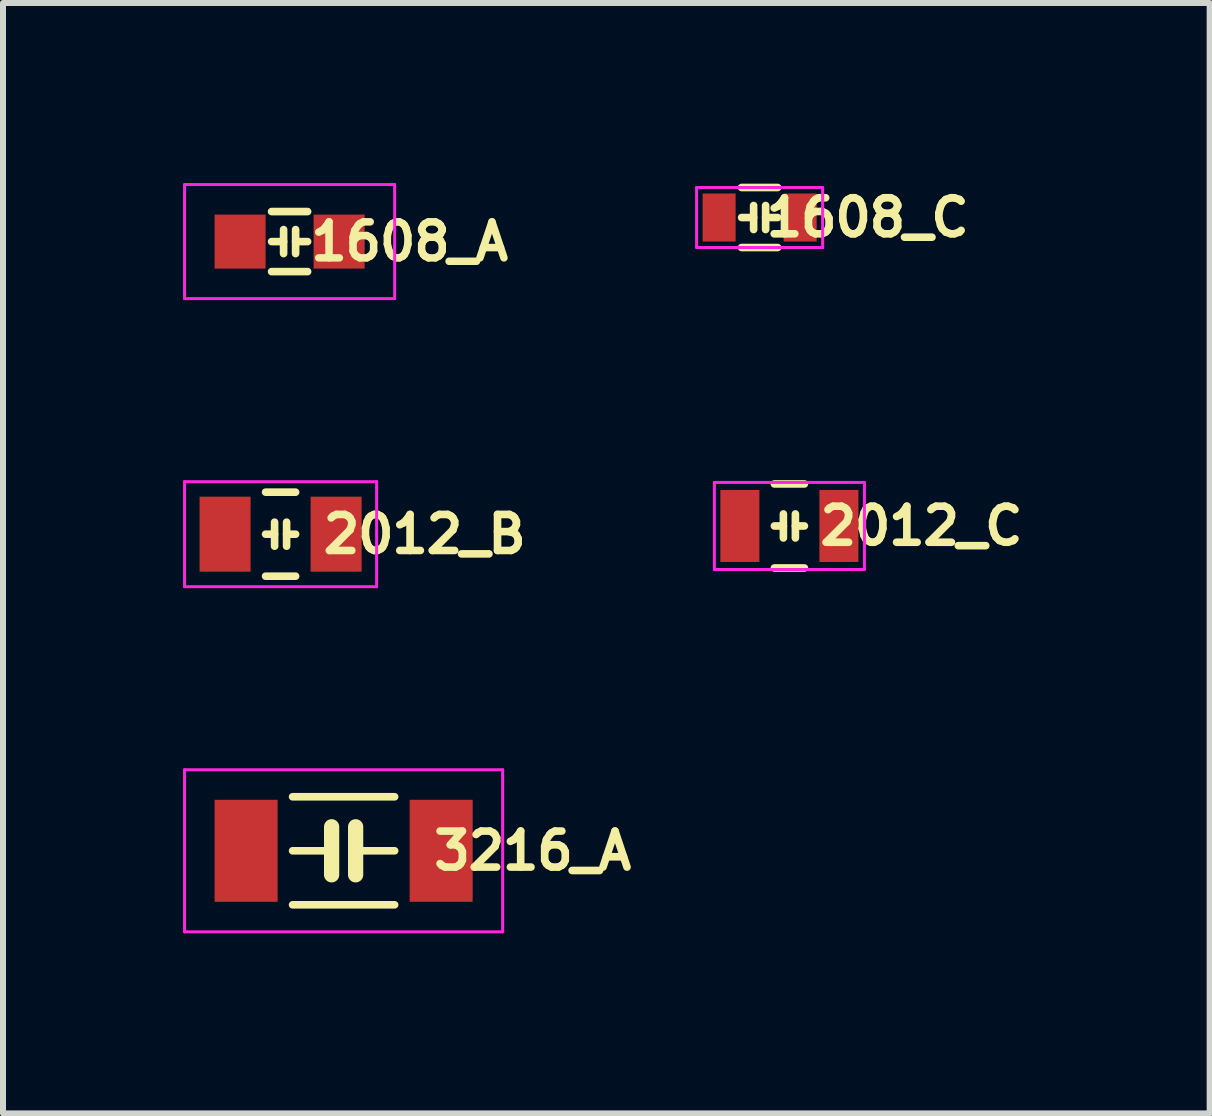
<source format=kicad_pcb>
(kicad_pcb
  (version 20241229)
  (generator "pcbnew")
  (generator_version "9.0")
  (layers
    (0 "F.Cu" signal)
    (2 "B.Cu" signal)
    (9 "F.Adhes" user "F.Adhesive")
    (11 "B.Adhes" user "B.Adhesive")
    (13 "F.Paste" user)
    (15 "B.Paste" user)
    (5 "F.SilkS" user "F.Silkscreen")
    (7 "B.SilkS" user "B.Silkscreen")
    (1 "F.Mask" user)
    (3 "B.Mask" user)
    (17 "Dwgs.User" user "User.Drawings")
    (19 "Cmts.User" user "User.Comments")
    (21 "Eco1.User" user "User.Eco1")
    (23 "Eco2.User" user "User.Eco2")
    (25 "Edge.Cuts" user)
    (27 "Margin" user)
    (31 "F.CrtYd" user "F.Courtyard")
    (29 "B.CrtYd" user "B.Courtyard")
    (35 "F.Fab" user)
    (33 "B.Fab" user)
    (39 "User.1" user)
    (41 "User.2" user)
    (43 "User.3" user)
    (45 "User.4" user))
  (footprint "3216_A"
    (layer "F.Cu")
    (at 2.675 11.125)
    (property "Reference" "3216_A" (at 3.15 0 180) (layer "F.SilkS") (effects (font (size 0.6 0.6) (thickness 0.127))))
    (attr smd)
    (fp_line (start -0.85 -0.9) (end 0.85 -0.9) (stroke (width 0.127) (type solid)) (layer "F.SilkS"))
    (fp_line (start -0.85 0.9) (end 0.85 0.9) (stroke (width 0.127) (type solid)) (layer "F.SilkS"))
    (fp_line (start -0.2 -0.4) (end -0.2 0.4) (stroke (width 0.254) (type solid)) (layer "F.SilkS"))
    (fp_line (start -0.2 0) (end -0.85 0) (stroke (width 0.127) (type solid)) (layer "F.SilkS"))
    (fp_line (start 0.2 -0.4) (end 0.2 0.4) (stroke (width 0.254) (type solid)) (layer "F.SilkS"))
    (fp_line (start 0.2 0) (end 0.85 0) (stroke (width 0.127) (type solid)) (layer "F.SilkS"))
    (fp_line (start -2.65 -1.35) (end -2.65 1.35) (stroke (width 0.05) (type solid)) (layer "F.CrtYd"))
    (fp_line (start -2.65 -1.35) (end 2.65 -1.35) (stroke (width 0.05) (type solid)) (layer "F.CrtYd"))
    (fp_line (start 2.65 -1.35) (end 2.65 1.35) (stroke (width 0.05) (type solid)) (layer "F.CrtYd"))
    (fp_line (start 2.65 1.35) (end -2.65 1.35) (stroke (width 0.05) (type solid)) (layer "F.CrtYd"))
    (pad "1" smd rect (at -1.625 0) (size 1.05 1.7) (layers "F.Cu" "F.Mask" "F.Paste"))
    (pad "2" smd rect (at 1.625 0) (size 1.05 1.7) (layers "F.Cu" "F.Mask" "F.Paste")))
  (footprint "2012_B"
    (layer "F.Cu")
    (at 1.625 5.85)
    (property "Reference" "2012_B" (at 2.4 0 0) (layer "F.SilkS") (effects (font (size 0.6 0.6) (thickness 0.127))))
    (attr smd)
    (fp_line (start -0.25 -0.7) (end 0.25 -0.7) (stroke (width 0.127) (type solid)) (layer "F.SilkS"))
    (fp_line (start -0.25 0.7) (end 0.25 0.7) (stroke (width 0.127) (type solid)) (layer "F.SilkS"))
    (fp_line (start -0.1 -0.2) (end -0.1 0.2) (stroke (width 0.127) (type solid)) (layer "F.SilkS"))
    (fp_line (start -0.1 0) (end -0.25 0) (stroke (width 0.127) (type solid)) (layer "F.SilkS"))
    (fp_line (start 0.1 -0.2) (end 0.1 0.2) (stroke (width 0.127) (type solid)) (layer "F.SilkS"))
    (fp_line (start 0.1 0) (end 0.25 0) (stroke (width 0.127) (type solid)) (layer "F.SilkS"))
    (fp_line (start -1.6 -0.875) (end 1.6 -0.875) (stroke (width 0.05) (type solid)) (layer "F.CrtYd"))
    (fp_line (start -1.6 0.875) (end -1.6 -0.875) (stroke (width 0.05) (type solid)) (layer "F.CrtYd"))
    (fp_line (start 1.6 -0.875) (end 1.6 0.875) (stroke (width 0.05) (type solid)) (layer "F.CrtYd"))
    (fp_line (start 1.6 0.875) (end -1.6 0.875) (stroke (width 0.05) (type solid)) (layer "F.CrtYd"))
    (pad "1" smd rect (at -0.925 0) (size 0.85 1.25) (layers "F.Cu" "F.Mask" "F.Paste"))
    (pad "2" smd rect (at 0.925 0) (size 0.85 1.25) (layers "F.Cu" "F.Mask" "F.Paste")))
  (footprint "2012_C"
    (layer "F.Cu")
    (at 10.102 5.713)
    (property "Reference" "2012_C" (at 2.2 0 0) (layer "F.SilkS") (effects (font (size 0.6 0.6) (thickness 0.127))))
    (attr smd)
    (fp_line (start -0.25 -0.7) (end 0.25 -0.7) (stroke (width 0.127) (type solid)) (layer "F.SilkS"))
    (fp_line (start -0.25 0.7) (end 0.25 0.7) (stroke (width 0.127) (type solid)) (layer "F.SilkS"))
    (fp_line (start -0.1 -0.2) (end -0.1 0.2) (stroke (width 0.127) (type solid)) (layer "F.SilkS"))
    (fp_line (start -0.1 0) (end -0.25 0) (stroke (width 0.127) (type solid)) (layer "F.SilkS"))
    (fp_line (start 0.1 -0.2) (end 0.1 0.2) (stroke (width 0.127) (type solid)) (layer "F.SilkS"))
    (fp_line (start 0.1 0) (end 0.25 0) (stroke (width 0.127) (type solid)) (layer "F.SilkS"))
    (fp_line (start -1.25 -0.725) (end 1.25 -0.725) (stroke (width 0.05) (type solid)) (layer "F.CrtYd"))
    (fp_line (start -1.25 0.725) (end -1.25 -0.725) (stroke (width 0.05) (type solid)) (layer "F.CrtYd"))
    (fp_line (start 1.25 -0.725) (end 1.25 0.725) (stroke (width 0.05) (type solid)) (layer "F.CrtYd"))
    (fp_line (start 1.25 0.725) (end -1.25 0.725) (stroke (width 0.05) (type solid)) (layer "F.CrtYd"))
    (pad "1" smd rect (at -0.825 0) (size 0.65 1.2) (layers "F.Cu" "F.Mask" "F.Paste"))
    (pad "2" smd rect (at 0.825 0) (size 0.65 1.2) (layers "F.Cu" "F.Mask" "F.Paste")))
  (footprint "1608_A"
    (layer "F.Cu")
    (at 1.775 0.975)
    (property "Reference" "1608_A" (at 2 0 180) (layer "F.SilkS") (effects (font (size 0.6 0.6) (thickness 0.125))))
    (attr smd)
    (fp_line (start -0.3 -0.5) (end 0.3 -0.5) (stroke (width 0.127) (type solid)) (layer "F.SilkS"))
    (fp_line (start -0.3 0.5) (end 0.3 0.5) (stroke (width 0.127) (type solid)) (layer "F.SilkS"))
    (fp_line (start -0.1 -0.2) (end -0.1 0.2) (stroke (width 0.127) (type solid)) (layer "F.SilkS"))
    (fp_line (start -0.1 0) (end -0.3 0) (stroke (width 0.127) (type solid)) (layer "F.SilkS"))
    (fp_line (start 0.1 -0.2) (end 0.1 0.2) (stroke (width 0.127) (type solid)) (layer "F.SilkS"))
    (fp_line (start 0.1 0) (end 0.3 0) (stroke (width 0.127) (type solid)) (layer "F.SilkS"))
    (fp_line (start -1.75 -0.95) (end 1.75 -0.95) (stroke (width 0.05) (type solid)) (layer "F.CrtYd"))
    (fp_line (start -1.75 0.95) (end -1.75 -0.95) (stroke (width 0.05) (type solid)) (layer "F.CrtYd"))
    (fp_line (start 1.75 -0.95) (end 1.75 0.95) (stroke (width 0.05) (type solid)) (layer "F.CrtYd"))
    (fp_line (start 1.75 0.95) (end -1.75 0.95) (stroke (width 0.05) (type solid)) (layer "F.CrtYd"))
    (pad "1" smd rect (at -0.825 0) (size 0.85 0.9) (layers "F.Cu" "F.Mask" "F.Paste"))
    (pad "2" smd rect (at 0.825 0) (size 0.85 0.9) (layers "F.Cu" "F.Mask" "F.Paste")))
  (footprint "1608_C"
    (layer "F.Cu")
    (at 9.606 0.574)
    (property "Reference" "1608_C" (at 1.8 0 180) (layer "F.SilkS") (effects (font (size 0.6 0.6) (thickness 0.127))))
    (attr smd)
    (fp_line (start -0.3 -0.5) (end 0.3 -0.5) (stroke (width 0.127) (type solid)) (layer "F.SilkS"))
    (fp_line (start -0.3 0.5) (end 0.3 0.5) (stroke (width 0.127) (type solid)) (layer "F.SilkS"))
    (fp_line (start -0.1 -0.2) (end -0.1 0.2) (stroke (width 0.127) (type solid)) (layer "F.SilkS"))
    (fp_line (start -0.1 0) (end -0.3 0) (stroke (width 0.127) (type solid)) (layer "F.SilkS"))
    (fp_line (start 0.1 -0.2) (end 0.1 0.2) (stroke (width 0.127) (type solid)) (layer "F.SilkS"))
    (fp_line (start 0.1 0) (end 0.3 0) (stroke (width 0.127) (type solid)) (layer "F.SilkS"))
    (fp_line (start -1.05 -0.5) (end 1.05 -0.5) (stroke (width 0.05) (type solid)) (layer "F.CrtYd"))
    (fp_line (start -1.05 0.5) (end -1.05 -0.5) (stroke (width 0.05) (type solid)) (layer "F.CrtYd"))
    (fp_line (start 1.05 -0.5) (end 1.05 0.5) (stroke (width 0.05) (type solid)) (layer "F.CrtYd"))
    (fp_line (start 1.05 0.5) (end -1.05 0.5) (stroke (width 0.05) (type solid)) (layer "F.CrtYd"))
    (pad "1" smd rect (at -0.675 0) (size 0.55 0.8) (layers "F.Cu" "F.Mask" "F.Paste"))
    (pad "2" smd rect (at 0.675 0) (size 0.55 0.8) (layers "F.Cu" "F.Mask" "F.Paste")))
  (gr_rect
    (start -3 -3)
    (end 17.104 15.5)
    (stroke (width 0.1) (type default))
    (fill no)
    (layer "Edge.Cuts")))
</source>
